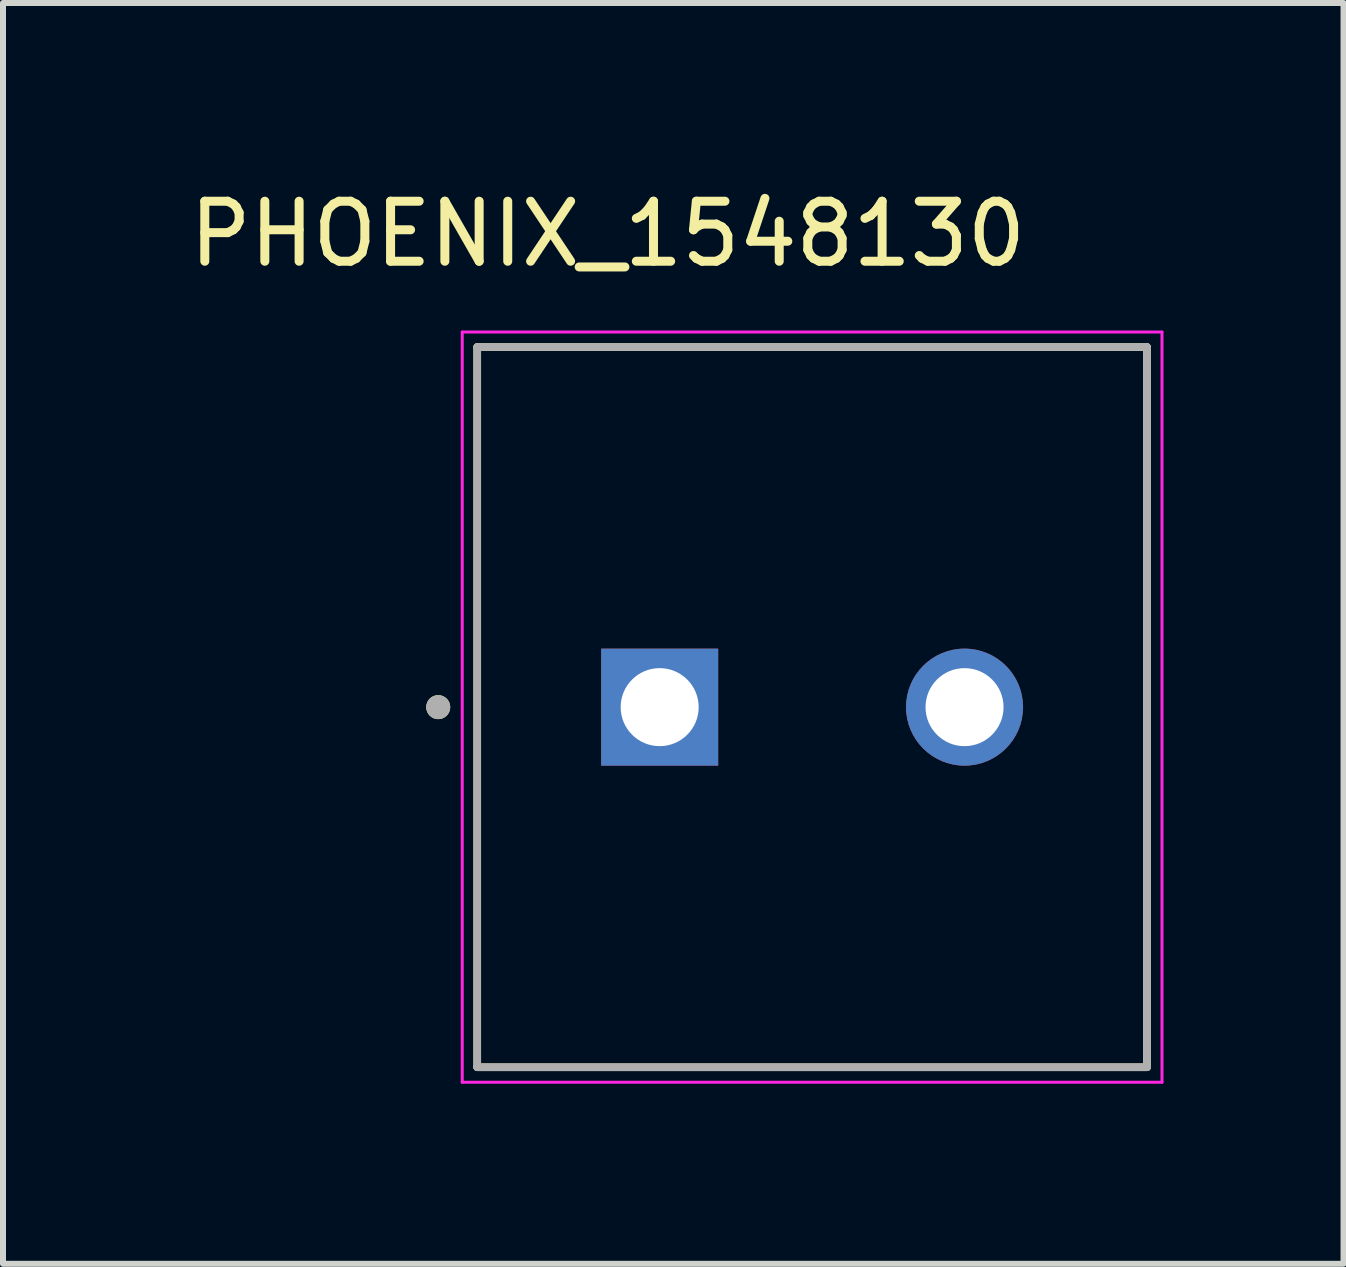
<source format=kicad_pcb>
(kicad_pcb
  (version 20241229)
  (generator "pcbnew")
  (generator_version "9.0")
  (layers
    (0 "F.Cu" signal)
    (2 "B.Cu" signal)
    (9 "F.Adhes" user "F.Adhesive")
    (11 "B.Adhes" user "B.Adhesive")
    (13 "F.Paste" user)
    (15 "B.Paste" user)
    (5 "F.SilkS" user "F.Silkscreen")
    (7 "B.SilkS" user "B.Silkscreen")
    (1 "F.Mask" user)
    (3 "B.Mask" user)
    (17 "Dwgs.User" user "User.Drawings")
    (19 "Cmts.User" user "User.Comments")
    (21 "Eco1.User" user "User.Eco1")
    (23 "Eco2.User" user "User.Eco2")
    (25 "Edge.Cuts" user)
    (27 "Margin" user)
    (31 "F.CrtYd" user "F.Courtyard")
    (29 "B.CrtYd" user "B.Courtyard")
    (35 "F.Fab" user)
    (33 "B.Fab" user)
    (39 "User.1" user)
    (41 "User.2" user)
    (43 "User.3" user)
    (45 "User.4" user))
  (footprint "PHOENIX_1548130"
    (layer "F.Cu")
    (at 4.902 14.733)
    (property "Reference" "PHOENIX_1548130" (at 2.175 -13.885 0) (layer "F.SilkS") (effects (font (size 1 1) (thickness 0.15))))
    (attr through_hole)
    (fp_line (start 0 0) (end 0 -12) (stroke (width 0.127) (type solid)) (layer "F.SilkS"))
    (fp_line (start 11.16 -12) (end 0 -12) (stroke (width 0.127) (type solid)) (layer "F.SilkS"))
    (fp_line (start 11.16 -12) (end 11.16 0) (stroke (width 0.127) (type solid)) (layer "F.SilkS"))
    (fp_line (start 11.16 0) (end 0 0) (stroke (width 0.127) (type solid)) (layer "F.SilkS"))
    (fp_circle (center -0.65 -6) (end -0.55 -6) (stroke (width 0.2) (type solid)) (fill no) (layer "F.SilkS"))
    (fp_line (start -0.25 -12.25) (end 11.41 -12.25) (stroke (width 0.05) (type solid)) (layer "F.CrtYd"))
    (fp_line (start -0.25 0.25) (end -0.25 -12.25) (stroke (width 0.05) (type solid)) (layer "F.CrtYd"))
    (fp_line (start 11.41 -12.25) (end 11.41 0.25) (stroke (width 0.05) (type solid)) (layer "F.CrtYd"))
    (fp_line (start 11.41 0.25) (end -0.25 0.25) (stroke (width 0.05) (type solid)) (layer "F.CrtYd"))
    (fp_line (start 0 -12) (end 11.16 -12) (stroke (width 0.127) (type solid)) (layer "F.Fab"))
    (fp_line (start 0 0) (end 0 -12) (stroke (width 0.127) (type solid)) (layer "F.Fab"))
    (fp_line (start 11.16 -12) (end 11.16 0) (stroke (width 0.127) (type solid)) (layer "F.Fab"))
    (fp_line (start 11.16 0) (end 0 0) (stroke (width 0.127) (type solid)) (layer "F.Fab"))
    (fp_circle (center -0.65 -6) (end -0.55 -6) (stroke (width 0.2) (type solid)) (fill no) (layer "F.Fab"))
    (pad "01" thru_hole rect (at 3.04 -6) (size 1.95 1.95) (drill 1.3) (layers "*.Cu" "*.Mask"))
    (pad "02" thru_hole circle (at 8.12 -6) (size 1.95 1.95) (drill 1.3) (layers "*.Cu" "*.Mask")))
  (gr_rect
    (start -3 -3)
    (end 19.337 18.008)
    (stroke (width 0.1) (type default))
    (fill no)
    (layer "Edge.Cuts")))
</source>
